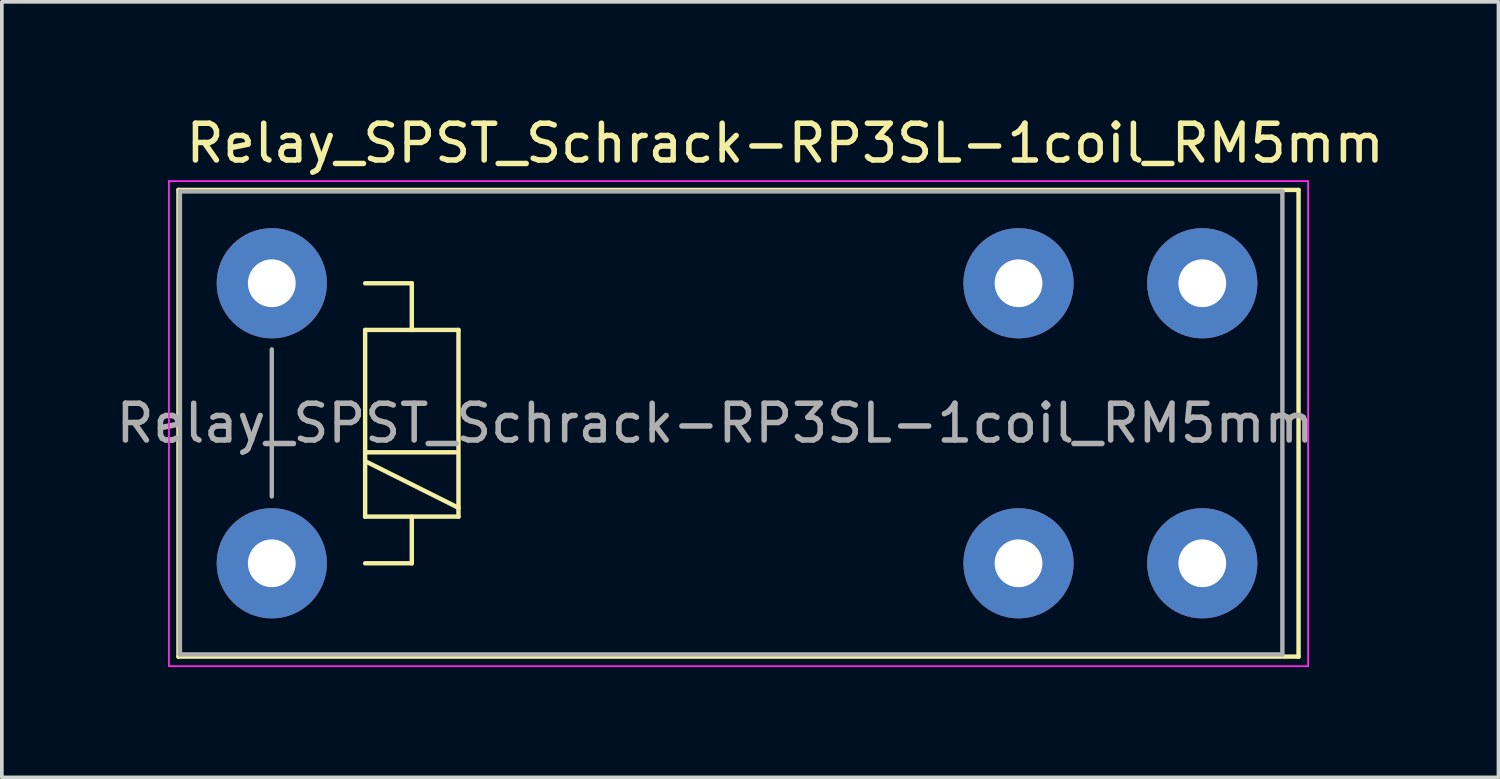
<source format=kicad_pcb>
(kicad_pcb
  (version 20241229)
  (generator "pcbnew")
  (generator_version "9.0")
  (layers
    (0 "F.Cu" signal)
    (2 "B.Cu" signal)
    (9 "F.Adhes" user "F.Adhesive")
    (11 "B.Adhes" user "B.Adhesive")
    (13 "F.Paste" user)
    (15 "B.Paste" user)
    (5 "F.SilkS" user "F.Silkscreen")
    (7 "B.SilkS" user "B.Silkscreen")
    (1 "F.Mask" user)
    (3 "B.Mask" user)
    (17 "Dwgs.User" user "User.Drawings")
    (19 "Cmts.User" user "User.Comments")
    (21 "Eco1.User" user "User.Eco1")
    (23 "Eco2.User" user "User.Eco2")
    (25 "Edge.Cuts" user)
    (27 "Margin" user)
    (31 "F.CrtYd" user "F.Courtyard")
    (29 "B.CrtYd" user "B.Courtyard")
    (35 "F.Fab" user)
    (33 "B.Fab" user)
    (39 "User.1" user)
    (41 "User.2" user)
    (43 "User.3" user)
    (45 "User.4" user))
  (footprint "Relay_SPST_Schrack-RP3SL-1coil_RM5mm"
    (layer "F.Cu")
    (at 4.346 4.658)
    (property "Reference" "Relay_SPST_Schrack-RP3SL-1coil_RM5mm" (at 13.97 -3.81 0) (layer "F.SilkS") (effects (font (size 1 1) (thickness 0.15))))
    (attr through_hole)
    (fp_line (start -2.54 -2.54) (end 27.94 -2.54) (stroke (width 0.12) (type solid)) (layer "F.SilkS"))
    (fp_line (start -2.54 10.16) (end -2.54 -2.54) (stroke (width 0.12) (type solid)) (layer "F.SilkS"))
    (fp_line (start 2.54 0) (end 3.81 0) (stroke (width 0.12) (type solid)) (layer "F.SilkS"))
    (fp_line (start 2.54 1.27) (end 3.81 1.27) (stroke (width 0.12) (type solid)) (layer "F.SilkS"))
    (fp_line (start 2.54 4.84) (end 5.08 6.11) (stroke (width 0.12) (type solid)) (layer "F.SilkS"))
    (fp_line (start 2.54 6.35) (end 2.54 1.27) (stroke (width 0.12) (type solid)) (layer "F.SilkS"))
    (fp_line (start 2.6 4.6) (end 5 4.6) (stroke (width 0.12) (type solid)) (layer "F.SilkS"))
    (fp_line (start 3.81 0) (end 3.81 1.27) (stroke (width 0.12) (type solid)) (layer "F.SilkS"))
    (fp_line (start 3.81 1.27) (end 5.08 1.27) (stroke (width 0.12) (type solid)) (layer "F.SilkS"))
    (fp_line (start 3.81 6.35) (end 3.81 7.62) (stroke (width 0.12) (type solid)) (layer "F.SilkS"))
    (fp_line (start 3.81 7.62) (end 2.54 7.62) (stroke (width 0.12) (type solid)) (layer "F.SilkS"))
    (fp_line (start 5.08 1.27) (end 5.08 6.35) (stroke (width 0.12) (type solid)) (layer "F.SilkS"))
    (fp_line (start 5.08 6.35) (end 2.54 6.35) (stroke (width 0.12) (type solid)) (layer "F.SilkS"))
    (fp_line (start 27.94 -2.54) (end 27.94 10.16) (stroke (width 0.12) (type solid)) (layer "F.SilkS"))
    (fp_line (start 27.94 10.16) (end -2.54 10.16) (stroke (width 0.12) (type solid)) (layer "F.SilkS"))
    (fp_line (start -2.8 -2.78) (end 28.2 -2.78) (stroke (width 0.05) (type solid)) (layer "F.CrtYd"))
    (fp_line (start -2.8 10.42) (end -2.8 -2.78) (stroke (width 0.05) (type solid)) (layer "F.CrtYd"))
    (fp_line (start 28.2 -2.78) (end 28.2 10.42) (stroke (width 0.05) (type solid)) (layer "F.CrtYd"))
    (fp_line (start 28.2 10.42) (end -2.8 10.42) (stroke (width 0.05) (type solid)) (layer "F.CrtYd"))
    (fp_line (start -2.5 -2.5) (end 27.5 -2.5) (stroke (width 0.12) (type solid)) (layer "F.Fab"))
    (fp_line (start -2.5 10.1) (end -2.5 -2.5) (stroke (width 0.12) (type solid)) (layer "F.Fab"))
    (fp_line (start 0 1.8) (end 0 5.8) (stroke (width 0.12) (type solid)) (layer "F.Fab"))
    (fp_line (start 27.5 -2.5) (end 27.5 10.1) (stroke (width 0.12) (type solid)) (layer "F.Fab"))
    (fp_line (start 27.5 10.1) (end -2.5 10.1) (stroke (width 0.12) (type solid)) (layer "F.Fab"))
    (fp_text user "${REFERENCE}" (at 12.065 3.81 0) (layer "F.Fab") (effects (font (size 1 1) (thickness 0.15))))
    (pad "11" thru_hole circle (at 20.32 0) (size 3 3) (drill 1.3) (layers "*.Cu" "*.Mask"))
    (pad "11" thru_hole circle (at 20.32 7.62) (size 3 3) (drill 1.3) (layers "*.Cu" "*.Mask"))
    (pad "14" thru_hole circle (at 25.32 0) (size 3 3) (drill 1.3) (layers "*.Cu" "*.Mask"))
    (pad "14" thru_hole circle (at 25.32 7.62) (size 3 3) (drill 1.3) (layers "*.Cu" "*.Mask"))
    (pad "A1" thru_hole circle (at 0 0) (size 3 3) (drill 1.3) (layers "*.Cu" "*.Mask"))
    (pad "A2" thru_hole circle (at 0 7.62) (size 3 3) (drill 1.3) (layers "*.Cu" "*.Mask")))
  (gr_rect
    (start -3 -3)
    (end 37.726 18.103)
    (stroke (width 0.1) (type default))
    (fill no)
    (layer "Edge.Cuts")))
</source>
